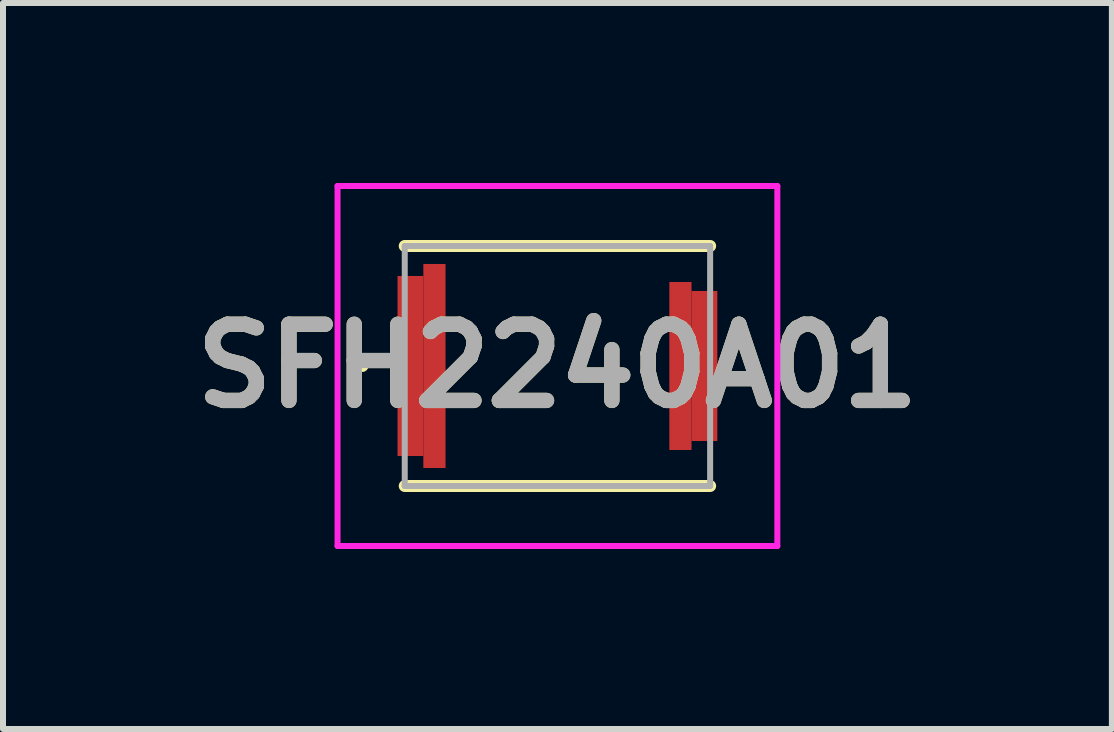
<source format=kicad_pcb>
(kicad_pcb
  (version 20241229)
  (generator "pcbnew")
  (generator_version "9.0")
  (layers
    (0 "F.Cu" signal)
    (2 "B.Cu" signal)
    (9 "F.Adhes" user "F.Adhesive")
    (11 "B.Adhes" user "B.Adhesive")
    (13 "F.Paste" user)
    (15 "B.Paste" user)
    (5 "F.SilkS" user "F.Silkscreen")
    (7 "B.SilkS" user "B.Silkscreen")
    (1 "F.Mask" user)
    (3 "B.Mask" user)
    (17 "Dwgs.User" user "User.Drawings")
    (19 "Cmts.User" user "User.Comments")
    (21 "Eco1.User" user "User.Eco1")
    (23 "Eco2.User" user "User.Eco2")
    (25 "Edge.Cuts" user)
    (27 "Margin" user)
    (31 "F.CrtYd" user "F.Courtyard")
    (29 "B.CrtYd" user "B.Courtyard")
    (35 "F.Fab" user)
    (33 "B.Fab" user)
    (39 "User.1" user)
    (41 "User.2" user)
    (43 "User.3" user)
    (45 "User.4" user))
  (footprint "SFH2240A01"
    (layer "F.Cu")
    (at 6.241 3.05)
    (property "Reference" "SFH2240A01" (at 0 0 0) (layer "F.SilkS") (effects (font (size 1.27 1.27) (thickness 0.254))))
    (attr smd)
    (fp_line (start -3.3 0) (end -3.3 0) (stroke (width 0.1) (type solid)) (layer "F.SilkS"))
    (fp_line (start -3.2 0) (end -3.2 0) (stroke (width 0.1) (type solid)) (layer "F.SilkS"))
    (fp_line (start -2.545 -2) (end 2.545 -2) (stroke (width 0.2) (type solid)) (layer "F.SilkS"))
    (fp_line (start -2.545 2) (end 2.545 2) (stroke (width 0.2) (type solid)) (layer "F.SilkS"))
    (fp_arc (start -3.3 0) (mid -3.25 -0.05) (end -3.2 0) (stroke (width 0.1) (type solid)) (layer "F.SilkS"))
    (fp_arc (start -3.2 0) (mid -3.25 0.05) (end -3.3 0) (stroke (width 0.1) (type solid)) (layer "F.SilkS"))
    (fp_line (start -3.665 -3) (end 3.665 -3) (stroke (width 0.1) (type solid)) (layer "F.CrtYd"))
    (fp_line (start -3.665 3) (end -3.665 -3) (stroke (width 0.1) (type solid)) (layer "F.CrtYd"))
    (fp_line (start 3.665 -3) (end 3.665 3) (stroke (width 0.1) (type solid)) (layer "F.CrtYd"))
    (fp_line (start 3.665 3) (end -3.665 3) (stroke (width 0.1) (type solid)) (layer "F.CrtYd"))
    (fp_line (start -2.545 -2) (end 2.545 -2) (stroke (width 0.1) (type solid)) (layer "F.Fab"))
    (fp_line (start -2.545 2) (end -2.545 -2) (stroke (width 0.1) (type solid)) (layer "F.Fab"))
    (fp_line (start 2.545 -2) (end 2.545 2) (stroke (width 0.1) (type solid)) (layer "F.Fab"))
    (fp_line (start 2.545 2) (end -2.545 2) (stroke (width 0.1) (type solid)) (layer "F.Fab"))
    (fp_text user "${REFERENCE}" (at 0 0 0) (layer "F.Fab") (effects (font (size 1.27 1.27) (thickness 0.254))))
    (pad "1" smd rect (at -2.45 0) (size 0.43 3) (layers "F.Cu" "F.Mask" "F.Paste"))
    (pad "2" smd rect (at 2.45 0) (size 0.43 2.5) (layers "F.Cu" "F.Mask" "F.Paste"))
    (pad "3" smd rect (at -2.05 0) (size 0.37 3.4) (layers "F.Cu" "F.Mask" "F.Paste"))
    (pad "4" smd rect (at 2.05 0) (size 0.37 2.8) (layers "F.Cu" "F.Mask" "F.Paste")))
  (gr_rect
    (start -3 -3)
    (end 15.482 9.1)
    (stroke (width 0.1) (type default))
    (fill no)
    (layer "Edge.Cuts")))
</source>
